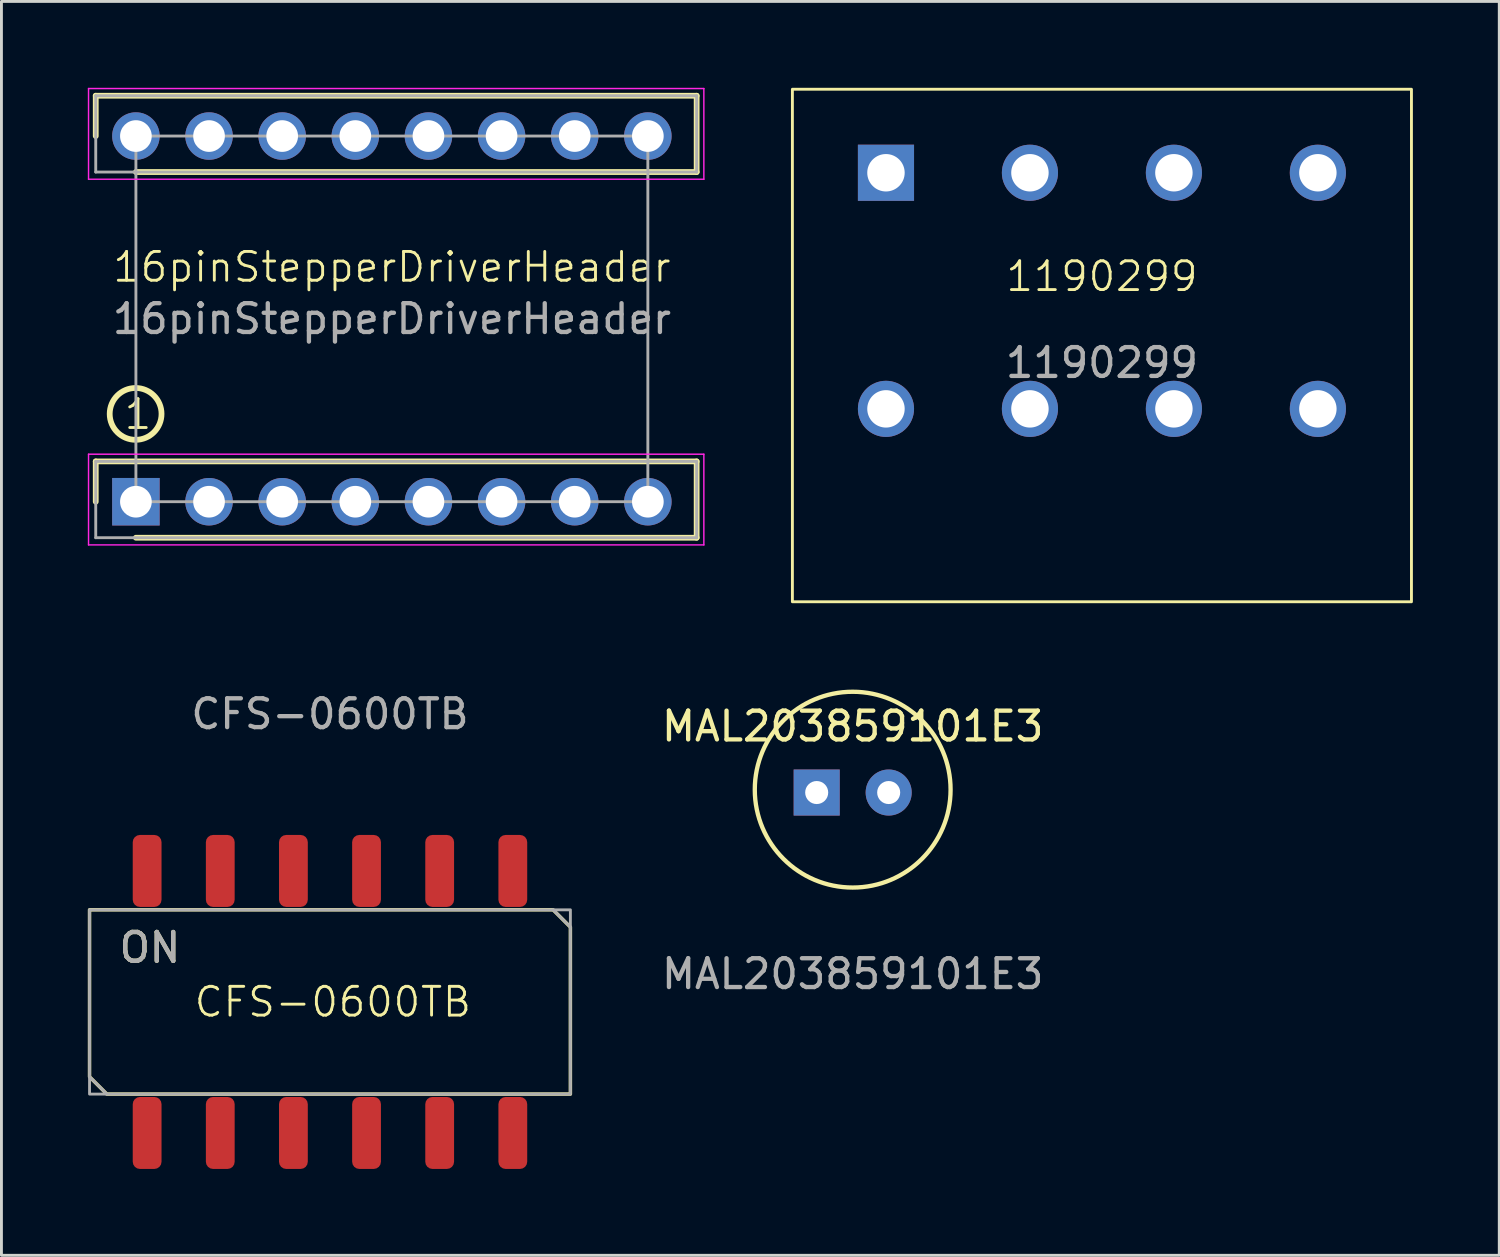
<source format=kicad_pcb>
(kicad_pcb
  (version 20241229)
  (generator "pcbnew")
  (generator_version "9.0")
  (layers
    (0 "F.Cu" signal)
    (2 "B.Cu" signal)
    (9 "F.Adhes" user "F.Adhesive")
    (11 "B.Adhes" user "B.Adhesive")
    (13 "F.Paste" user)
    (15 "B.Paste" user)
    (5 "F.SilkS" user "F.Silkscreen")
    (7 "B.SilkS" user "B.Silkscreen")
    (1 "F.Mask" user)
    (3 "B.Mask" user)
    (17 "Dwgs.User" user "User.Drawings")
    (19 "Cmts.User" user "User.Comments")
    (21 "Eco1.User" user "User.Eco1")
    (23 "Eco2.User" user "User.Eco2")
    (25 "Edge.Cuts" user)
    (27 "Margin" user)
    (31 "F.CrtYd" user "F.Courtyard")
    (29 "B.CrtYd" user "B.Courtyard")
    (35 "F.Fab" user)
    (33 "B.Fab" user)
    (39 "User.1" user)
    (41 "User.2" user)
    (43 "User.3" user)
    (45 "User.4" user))
  (footprint "MAL203859101E3"
    (layer "F.Cu")
    (at 26.564 24.475)
    (property "Reference" "MAL203859101E3" (at 0 -2.3 0) (unlocked yes) (layer "F.SilkS") (effects (font (size 1 1) (thickness 0.15))))
    (attr through_hole)
    (fp_circle (center 0 -0.1) (end 3.4 -0.1) (stroke (width 0.15) (type default)) (fill no) (layer "F.SilkS"))
    (fp_text user "${REFERENCE}" (at 0 6.3 0) (unlocked yes) (layer "F.Fab") (effects (font (size 1 1) (thickness 0.15))))
    (pad "1" thru_hole circle (at 1.25 0 180) (size 1.6 1.6) (drill 0.8) (layers "*.Cu" "*.Mask"))
    (pad "2" thru_hole rect (at -1.25 0 180) (size 1.6 1.6) (drill 0.8) (layers "*.Cu" "*.Mask")))
  (footprint "16pinStepperDriverHeader"
    (layer "F.Cu")
    (at 10.56 8.025)
    (property "Reference" "16pinStepperDriverHeader" (at 0 -1.8 0) (unlocked yes) (layer "F.SilkS") (effects (font (size 1 1) (thickness 0.1))))
    (attr through_hole)
    (fp_line (start -10.285 -7.75) (end -10.285 -6.35) (stroke (width 0.2) (type solid)) (layer "F.SilkS"))
    (fp_line (start -10.285 4.95) (end -10.285 6.35) (stroke (width 0.2) (type solid)) (layer "F.SilkS"))
    (fp_line (start -8.89 -5.1) (end 10.585 -5.1) (stroke (width 0.2) (type solid)) (layer "F.SilkS"))
    (fp_line (start -8.89 7.6) (end 10.585 7.6) (stroke (width 0.2) (type solid)) (layer "F.SilkS"))
    (fp_line (start 10.585 -7.75) (end -10.285 -7.75) (stroke (width 0.2) (type solid)) (layer "F.SilkS"))
    (fp_line (start 10.585 -5.1) (end 10.585 -7.75) (stroke (width 0.2) (type solid)) (layer "F.SilkS"))
    (fp_line (start 10.585 4.95) (end -10.285 4.95) (stroke (width 0.2) (type solid)) (layer "F.SilkS"))
    (fp_line (start 10.585 7.6) (end 10.585 4.95) (stroke (width 0.2) (type solid)) (layer "F.SilkS"))
    (fp_circle (center -8.9 3.3) (end -8 3.3) (stroke (width 0.2) (type default)) (fill no) (layer "F.SilkS"))
    (fp_line (start -10.535 -8) (end 10.835 -8) (stroke (width 0.05) (type solid)) (layer "F.CrtYd"))
    (fp_line (start -10.535 -4.85) (end -10.535 -8) (stroke (width 0.05) (type solid)) (layer "F.CrtYd"))
    (fp_line (start -10.535 4.7) (end 10.835 4.7) (stroke (width 0.05) (type solid)) (layer "F.CrtYd"))
    (fp_line (start -10.535 7.85) (end -10.535 4.7) (stroke (width 0.05) (type solid)) (layer "F.CrtYd"))
    (fp_line (start 10.835 -8) (end 10.835 -4.85) (stroke (width 0.05) (type solid)) (layer "F.CrtYd"))
    (fp_line (start 10.835 -4.85) (end -10.535 -4.85) (stroke (width 0.05) (type solid)) (layer "F.CrtYd"))
    (fp_line (start 10.835 4.7) (end 10.835 7.85) (stroke (width 0.05) (type solid)) (layer "F.CrtYd"))
    (fp_line (start 10.835 7.85) (end -10.535 7.85) (stroke (width 0.05) (type solid)) (layer "F.CrtYd"))
    (fp_line (start -10.285 -7.75) (end 10.585 -7.75) (stroke (width 0.1) (type solid)) (layer "F.Fab"))
    (fp_line (start -10.285 -5.1) (end -10.285 -7.75) (stroke (width 0.1) (type solid)) (layer "F.Fab"))
    (fp_line (start -10.285 4.95) (end 10.585 4.95) (stroke (width 0.1) (type solid)) (layer "F.Fab"))
    (fp_line (start -10.285 7.6) (end -10.285 4.95) (stroke (width 0.1) (type solid)) (layer "F.Fab"))
    (fp_line (start 10.585 -7.75) (end 10.585 -5.1) (stroke (width 0.1) (type solid)) (layer "F.Fab"))
    (fp_line (start 10.585 -5.1) (end -10.285 -5.1) (stroke (width 0.1) (type solid)) (layer "F.Fab"))
    (fp_line (start 10.585 4.95) (end 10.585 7.6) (stroke (width 0.1) (type solid)) (layer "F.Fab"))
    (fp_line (start 10.585 7.6) (end -10.285 7.6) (stroke (width 0.1) (type solid)) (layer "F.Fab"))
    (fp_rect (start -8.89 6.35) (end 8.89 -6.35) (stroke (width 0.1) (type default)) (fill no) (layer "F.Fab"))
    (fp_text user "1" (at -9.36 3.9 0) (unlocked yes) (layer "F.SilkS") (effects (font (size 1 1) (thickness 0.1)) (justify left bottom)))
    (fp_text user "${REFERENCE}" (at 0 0 0) (unlocked yes) (layer "F.Fab") (effects (font (size 1 1) (thickness 0.15))))
    (pad "1" thru_hole rect (at -8.89 6.35) (size 1.65 1.65) (drill 1.1) (layers "*.Cu" "*.Mask"))
    (pad "2" thru_hole circle (at -6.35 6.35) (size 1.65 1.65) (drill 1.1) (layers "*.Cu" "*.Mask"))
    (pad "3" thru_hole circle (at -3.81 6.35) (size 1.65 1.65) (drill 1.1) (layers "*.Cu" "*.Mask"))
    (pad "4" thru_hole circle (at -1.27 6.35) (size 1.65 1.65) (drill 1.1) (layers "*.Cu" "*.Mask"))
    (pad "5" thru_hole circle (at 1.27 6.35) (size 1.65 1.65) (drill 1.1) (layers "*.Cu" "*.Mask"))
    (pad "6" thru_hole circle (at 3.81 6.35) (size 1.65 1.65) (drill 1.1) (layers "*.Cu" "*.Mask"))
    (pad "7" thru_hole circle (at 6.35 6.35) (size 1.65 1.65) (drill 1.1) (layers "*.Cu" "*.Mask"))
    (pad "8" thru_hole circle (at 8.89 6.35) (size 1.65 1.65) (drill 1.1) (layers "*.Cu" "*.Mask"))
    (pad "9" thru_hole circle (at 8.89 -6.35) (size 1.65 1.65) (drill 1.1) (layers "*.Cu" "*.Mask"))
    (pad "10" thru_hole circle (at 6.35 -6.35) (size 1.65 1.65) (drill 1.1) (layers "*.Cu" "*.Mask"))
    (pad "11" thru_hole circle (at 3.81 -6.35) (size 1.65 1.65) (drill 1.1) (layers "*.Cu" "*.Mask"))
    (pad "12" thru_hole circle (at 1.27 -6.35) (size 1.65 1.65) (drill 1.1) (layers "*.Cu" "*.Mask"))
    (pad "13" thru_hole circle (at -1.27 -6.35) (size 1.65 1.65) (drill 1.1) (layers "*.Cu" "*.Mask"))
    (pad "14" thru_hole circle (at -3.81 -6.35) (size 1.65 1.65) (drill 1.1) (layers "*.Cu" "*.Mask"))
    (pad "15" thru_hole circle (at -6.35 -6.35) (size 1.65 1.65) (drill 1.1) (layers "*.Cu" "*.Mask"))
    (pad "16" thru_hole circle (at -8.89 -6.35) (size 1.65 1.65) (drill 1.1) (layers "*.Cu" "*.Mask")))
  (footprint "1190299"
    (layer "F.Cu")
    (at 35.22 7.05)
    (property "Reference" "1190299" (at 0 -0.5 0) (unlocked yes) (layer "F.SilkS") (effects (font (size 1 1) (thickness 0.1))))
    (attr through_hole)
    (fp_rect (start -10.75 -7) (end 10.75 10.8) (stroke (width 0.1) (type default)) (fill no) (layer "F.SilkS"))
    (fp_text user "${REFERENCE}" (at 0 2.5 0) (unlocked yes) (layer "F.Fab") (effects (font (size 1 1) (thickness 0.15))))
    (pad "1" thru_hole rect (at -7.5 -4.1) (size 1.95 1.95) (drill 1.3) (layers "*.Cu" "*.Mask"))
    (pad "2" thru_hole circle (at -2.5 -4.1) (size 1.95 1.95) (drill 1.3) (layers "*.Cu" "*.Mask"))
    (pad "3" thru_hole circle (at 2.5 -4.1) (size 1.95 1.95) (drill 1.3) (layers "*.Cu" "*.Mask"))
    (pad "4" thru_hole circle (at 7.5 -4.1) (size 1.95 1.95) (drill 1.3) (layers "*.Cu" "*.Mask"))
    (pad "5" thru_hole circle (at -7.5 4.1) (size 1.95 1.95) (drill 1.3) (layers "*.Cu" "*.Mask"))
    (pad "6" thru_hole circle (at -2.5 4.1) (size 1.95 1.95) (drill 1.3) (layers "*.Cu" "F.Mask"))
    (pad "7" thru_hole circle (at 2.5 4.1) (size 1.95 1.95) (drill 1.3) (layers "*.Cu" "*.Mask"))
    (pad "8" thru_hole circle (at 7.5 4.1) (size 1.95 1.95) (drill 1.3) (layers "*.Cu" "*.Mask")))
  (footprint "CFS-0600TB"
    (layer "F.Cu")
    (at 8.41 31.748)
    (property "Reference" "CFS-0600TB" (at 0.1 0 0) (unlocked yes) (layer "F.SilkS") (effects (font (size 1 1) (thickness 0.1))))
    (attr smd)
    (fp_poly (pts (xy -7.75 3.2) (xy -8.35 2.6) (xy -8.35 -3.2) (xy 7.75 -3.2) (xy 8.35 -2.6) (xy 8.35 3.2)) (stroke (width 0.12) (type solid)) (fill no) (layer "F.SilkS"))
    (fp_line (start -8.35 2.6) (end -7.75 3.2) (stroke (width 0.1) (type default)) (layer "F.Fab"))
    (fp_line (start 8.35 -2.6) (end 7.75 -3.2) (stroke (width 0.1) (type default)) (layer "F.Fab"))
    (fp_rect (start -8.35 -3.2) (end 8.35 3.2) (stroke (width 0.1) (type default)) (fill no) (layer "F.Fab"))
    (fp_text user "ON" (at -7.4 -1.3 0) (unlocked yes) (layer "F.SilkS") (effects (font (size 1 1) (thickness 0.15)) (justify left bottom)))
    (fp_text user "${REFERENCE}" (at 0 -10 0) (unlocked yes) (layer "F.Fab") (effects (font (size 1 1) (thickness 0.15))))
    (fp_text user "ON" (at -7.4 -1.3 0) (unlocked yes) (layer "F.Fab") (effects (font (size 1 1) (thickness 0.15)) (justify left bottom)))
    (pad "1" smd roundrect (at -6.35 4.55) (size 1 2.5) (layers "F.Cu" "F.Mask" "F.Paste") (roundrect_rratio 0.25))
    (pad "2" smd roundrect (at -3.81 4.55) (size 1 2.5) (layers "F.Cu" "F.Mask" "F.Paste") (roundrect_rratio 0.25))
    (pad "3" smd roundrect (at -1.27 4.55 180) (size 1 2.5) (layers "F.Cu" "F.Mask" "F.Paste") (roundrect_rratio 0.25))
    (pad "4" smd roundrect (at 1.27 4.55) (size 1 2.5) (layers "F.Cu" "F.Mask" "F.Paste") (roundrect_rratio 0.25))
    (pad "5" smd roundrect (at 3.81 4.55) (size 1 2.5) (layers "F.Cu" "F.Mask" "F.Paste") (roundrect_rratio 0.25))
    (pad "6" smd roundrect (at 6.35 4.55) (size 1 2.5) (layers "F.Cu" "F.Mask" "F.Paste") (roundrect_rratio 0.25))
    (pad "7" smd roundrect (at 6.35 -4.55) (size 1 2.5) (layers "F.Cu" "F.Mask" "F.Paste") (roundrect_rratio 0.25))
    (pad "8" smd roundrect (at 3.81 -4.55) (size 1 2.5) (layers "F.Cu" "F.Mask" "F.Paste") (roundrect_rratio 0.25))
    (pad "9" smd roundrect (at 1.27 -4.55) (size 1 2.5) (layers "F.Cu" "F.Mask" "F.Paste") (roundrect_rratio 0.25))
    (pad "10" smd roundrect (at -1.27 -4.55) (size 1 2.5) (layers "F.Cu" "F.Mask" "F.Paste") (roundrect_rratio 0.25))
    (pad "11" smd roundrect (at -3.81 -4.55) (size 1 2.5) (layers "F.Cu" "F.Mask" "F.Paste") (roundrect_rratio 0.25))
    (pad "12" smd roundrect (at -6.35 -4.55) (size 1 2.5) (layers "F.Cu" "F.Mask" "F.Paste") (roundrect_rratio 0.25)))
  (gr_rect
    (start -3 -3)
    (end 49.02 40.548)
    (stroke (width 0.1) (type default))
    (fill no)
    (layer "Edge.Cuts")))
</source>
